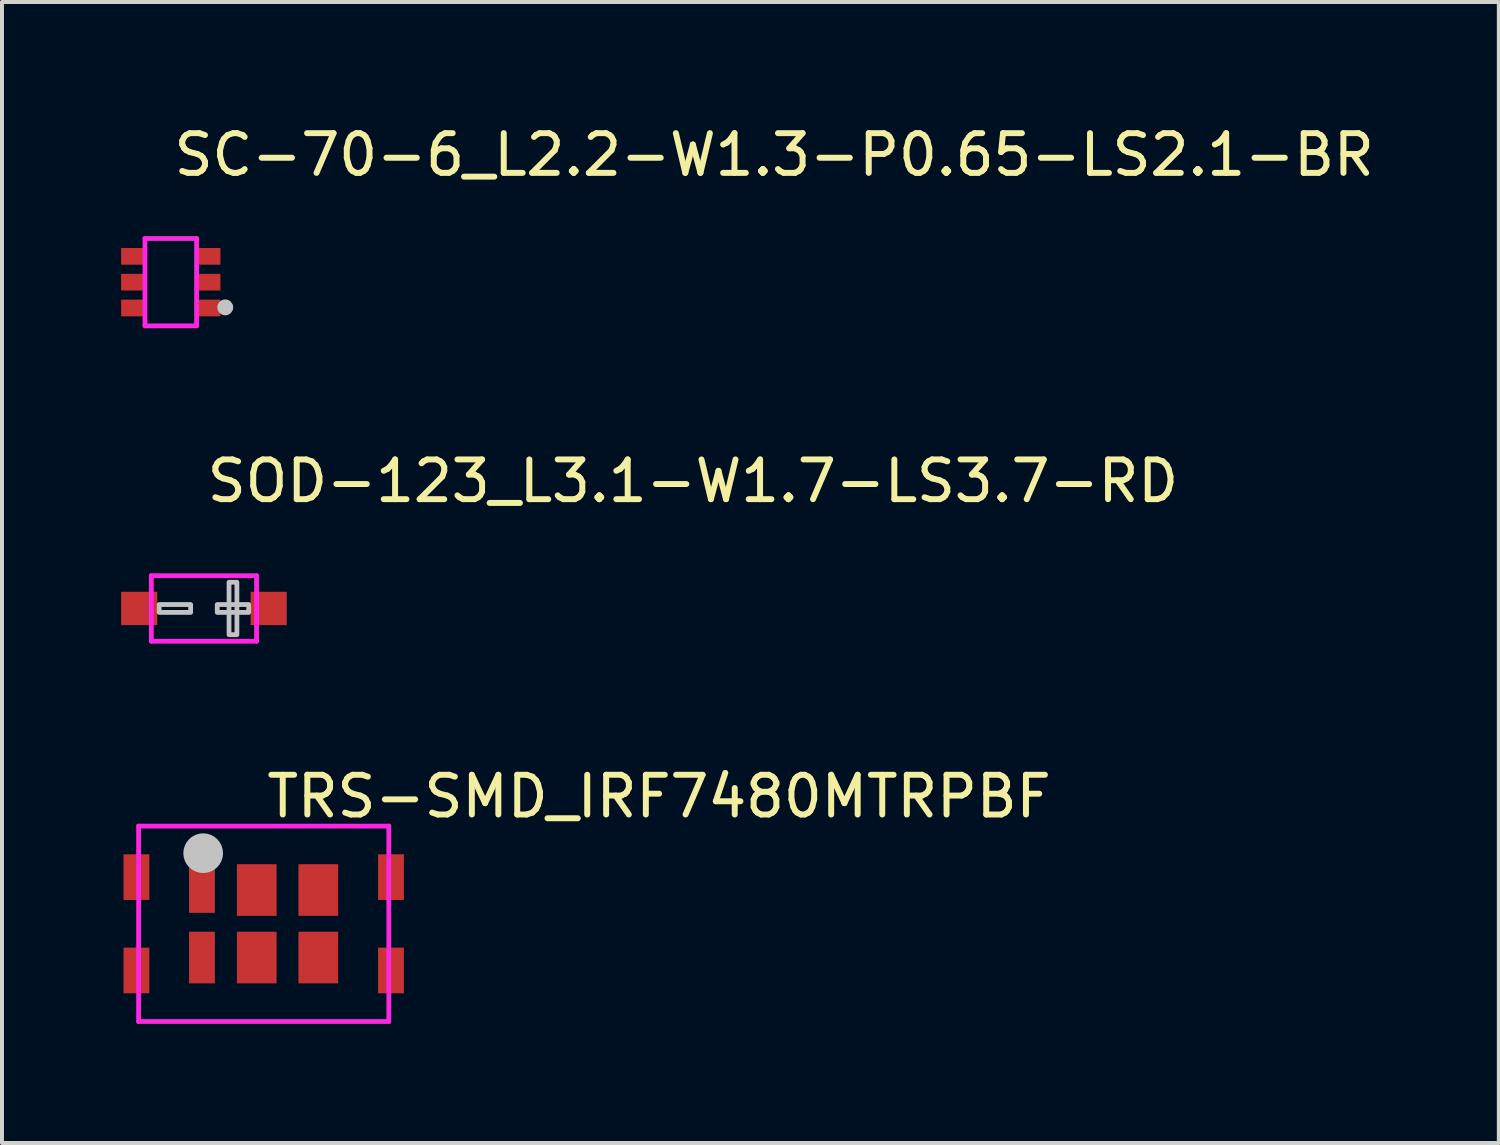
<source format=kicad_pcb>
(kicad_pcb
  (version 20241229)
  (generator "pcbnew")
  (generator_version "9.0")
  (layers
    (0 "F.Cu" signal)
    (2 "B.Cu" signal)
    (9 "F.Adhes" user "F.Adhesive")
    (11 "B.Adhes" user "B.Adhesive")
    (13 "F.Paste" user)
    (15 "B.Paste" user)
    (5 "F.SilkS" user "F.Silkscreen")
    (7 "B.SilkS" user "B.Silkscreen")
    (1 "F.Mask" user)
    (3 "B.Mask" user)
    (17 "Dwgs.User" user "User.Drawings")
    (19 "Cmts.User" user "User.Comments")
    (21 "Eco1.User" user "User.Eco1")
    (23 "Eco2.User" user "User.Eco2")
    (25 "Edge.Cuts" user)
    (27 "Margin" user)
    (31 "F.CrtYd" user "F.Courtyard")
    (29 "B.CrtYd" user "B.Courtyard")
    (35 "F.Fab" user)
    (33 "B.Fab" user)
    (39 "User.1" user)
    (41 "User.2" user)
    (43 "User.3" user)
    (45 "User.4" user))
  (footprint "SC-70-6_L2.2-W1.3-P0.65-LS2.1-BR"
    (layer "F.Cu")
    (at 1.25 4.055)
    (property "Reference" "SC-70-6_L2.2-W1.3-P0.65-LS2.1-BR" (at 0 -3.207 0) (layer "F.SilkS") (effects (font (size 1 1) (thickness 0.15)) (justify left)))
    (attr through_hole)
    (fp_circle (center 1.372 0.635) (end 1.472 0.635) (stroke (width 0.2) (type solid)) (fill no) (layer "Dwgs.User"))
    (fp_line (start -0.761 -0.775) (end -0.616 -0.775) (stroke (width 0.12) (type solid)) (layer "Eco2.User"))
    (fp_line (start -0.761 -0.525) (end -0.761 -0.775) (stroke (width 0.12) (type solid)) (layer "Eco2.User"))
    (fp_line (start -0.761 -0.125) (end -0.616 -0.125) (stroke (width 0.12) (type solid)) (layer "Eco2.User"))
    (fp_line (start -0.761 0.125) (end -0.761 -0.125) (stroke (width 0.12) (type solid)) (layer "Eco2.User"))
    (fp_line (start -0.761 0.525) (end -0.616 0.525) (stroke (width 0.12) (type solid)) (layer "Eco2.User"))
    (fp_line (start -0.761 0.775) (end -0.761 0.525) (stroke (width 0.12) (type solid)) (layer "Eco2.User"))
    (fp_line (start -0.616 -0.775) (end -0.616 -0.525) (stroke (width 0.12) (type solid)) (layer "Eco2.User"))
    (fp_line (start -0.616 -0.525) (end -0.761 -0.525) (stroke (width 0.12) (type solid)) (layer "Eco2.User"))
    (fp_line (start -0.616 -0.125) (end -0.616 0.125) (stroke (width 0.12) (type solid)) (layer "Eco2.User"))
    (fp_line (start -0.616 0.125) (end -0.761 0.125) (stroke (width 0.12) (type solid)) (layer "Eco2.User"))
    (fp_line (start -0.616 0.525) (end -0.616 0.775) (stroke (width 0.12) (type solid)) (layer "Eco2.User"))
    (fp_line (start -0.616 0.775) (end -0.761 0.775) (stroke (width 0.12) (type solid)) (layer "Eco2.User"))
    (fp_line (start 0.618 -0.775) (end 0.763 -0.775) (stroke (width 0.12) (type solid)) (layer "Eco2.User"))
    (fp_line (start 0.618 -0.525) (end 0.618 -0.775) (stroke (width 0.12) (type solid)) (layer "Eco2.User"))
    (fp_line (start 0.618 -0.125) (end 0.763 -0.125) (stroke (width 0.12) (type solid)) (layer "Eco2.User"))
    (fp_line (start 0.618 0.125) (end 0.618 -0.125) (stroke (width 0.12) (type solid)) (layer "Eco2.User"))
    (fp_line (start 0.618 0.525) (end 0.763 0.525) (stroke (width 0.12) (type solid)) (layer "Eco2.User"))
    (fp_line (start 0.618 0.775) (end 0.618 0.525) (stroke (width 0.12) (type solid)) (layer "Eco2.User"))
    (fp_line (start 0.763 -0.775) (end 0.763 -0.525) (stroke (width 0.12) (type solid)) (layer "Eco2.User"))
    (fp_line (start 0.763 -0.525) (end 0.618 -0.525) (stroke (width 0.12) (type solid)) (layer "Eco2.User"))
    (fp_line (start 0.763 -0.125) (end 0.763 0.125) (stroke (width 0.12) (type solid)) (layer "Eco2.User"))
    (fp_line (start 0.763 0.125) (end 0.618 0.125) (stroke (width 0.12) (type solid)) (layer "Eco2.User"))
    (fp_line (start 0.763 0.525) (end 0.763 0.775) (stroke (width 0.12) (type solid)) (layer "Eco2.User"))
    (fp_line (start 0.763 0.775) (end 0.618 0.775) (stroke (width 0.12) (type solid)) (layer "Eco2.User"))
    (fp_circle (center 0.4 0.9) (end 0.43 0.9) (stroke (width 0.06) (type solid)) (fill no) (layer "Eco2.User"))
    (fp_poly (pts (xy -0.751 -0.775) (xy -0.751 -0.525) (xy -1.051 -0.525) (xy -1.051 -0.775)) (stroke (width 0.12) (type solid)) (fill no) (layer "Eco2.User"))
    (fp_poly (pts (xy -0.751 -0.125) (xy -0.751 0.125) (xy -1.051 0.125) (xy -1.051 -0.125)) (stroke (width 0.12) (type solid)) (fill no) (layer "Eco2.User"))
    (fp_poly (pts (xy -0.751 0.525) (xy -0.751 0.775) (xy -1.051 0.775) (xy -1.051 0.525)) (stroke (width 0.12) (type solid)) (fill no) (layer "Eco2.User"))
    (fp_poly (pts (xy 0.753 -0.525) (xy 0.753 -0.775) (xy 1.053 -0.775) (xy 1.053 -0.525)) (stroke (width 0.12) (type solid)) (fill no) (layer "Eco2.User"))
    (fp_poly (pts (xy 0.753 0.125) (xy 0.753 -0.125) (xy 1.053 -0.125) (xy 1.053 0.125)) (stroke (width 0.12) (type solid)) (fill no) (layer "Eco2.User"))
    (fp_poly (pts (xy 0.753 0.775) (xy 0.753 0.525) (xy 1.053 0.525) (xy 1.053 0.775)) (stroke (width 0.12) (type solid)) (fill no) (layer "Eco2.User"))
    (fp_line (start -0.65 -1.1) (end 0.65 -1.1) (stroke (width 0.12) (type solid)) (layer "F.CrtYd"))
    (fp_line (start -0.65 1.1) (end -0.65 -1.1) (stroke (width 0.12) (type solid)) (layer "F.CrtYd"))
    (fp_line (start 0.65 -1.1) (end 0.65 1.1) (stroke (width 0.12) (type solid)) (layer "F.CrtYd"))
    (fp_line (start 0.65 1.1) (end -0.65 1.1) (stroke (width 0.12) (type solid)) (layer "F.CrtYd"))
    (pad "1" smd rect (at 0.95 0.65 90) (size 0.42 0.6) (layers "F.Cu" "F.Mask" "F.Paste"))
    (pad "2" smd rect (at 0.95 0 90) (size 0.42 0.6) (layers "F.Cu" "F.Mask" "F.Paste"))
    (pad "3" smd rect (at 0.95 -0.65 90) (size 0.42 0.6) (layers "F.Cu" "F.Mask" "F.Paste"))
    (pad "4" smd rect (at -0.95 -0.65 270) (size 0.42 0.6) (layers "F.Cu" "F.Mask" "F.Paste"))
    (pad "5" smd rect (at -0.95 0 270) (size 0.42 0.6) (layers "F.Cu" "F.Mask" "F.Paste"))
    (pad "6" smd rect (at -0.95 0.65 270) (size 0.42 0.6) (layers "F.Cu" "F.Mask" "F.Paste")))
  (footprint "TRS-SMD_IRF7480MTRPBF"
    (layer "F.Cu")
    (at 3.59 20.211)
    (property "Reference" "TRS-SMD_IRF7480MTRPBF" (at 0 -3.207 0) (layer "F.SilkS") (effects (font (size 1 1) (thickness 0.15)) (justify left)))
    (attr through_hole)
    (fp_circle (center -1.524 -1.778) (end -1.274 -1.778) (stroke (width 0.5) (type solid)) (fill no) (layer "Dwgs.User"))
    (fp_circle (center -2.54 -1.905) (end -2.51 -1.905) (stroke (width 0.06) (type solid)) (fill no) (layer "Eco2.User"))
    (fp_poly (pts (xy -3.53 -1.75) (xy -2.88 -1.75) (xy -2.88 -0.6) (xy -3.53 -0.6)) (stroke (width 0.12) (type solid)) (fill no) (layer "Eco2.User"))
    (fp_poly (pts (xy -3.53 0.6) (xy -2.88 0.6) (xy -2.88 1.75) (xy -3.53 1.75)) (stroke (width 0.12) (type solid)) (fill no) (layer "Eco2.User"))
    (fp_poly (pts (xy -1.855 -1.425) (xy -1.255 -1.425) (xy -1.255 -0.275) (xy -1.855 -0.275)) (stroke (width 0.12) (type solid)) (fill no) (layer "Eco2.User"))
    (fp_poly (pts (xy -1.855 0.2) (xy -1.255 0.2) (xy -1.255 1.5) (xy -1.855 1.5)) (stroke (width 0.12) (type solid)) (fill no) (layer "Eco2.User"))
    (fp_poly (pts (xy -0.65 -1.5) (xy 0.3 -1.5) (xy 0.3 -0.2) (xy -0.65 -0.2)) (stroke (width 0.12) (type solid)) (fill no) (layer "Eco2.User"))
    (fp_poly (pts (xy -0.65 0.2) (xy 0.3 0.2) (xy 0.3 1.5) (xy -0.65 1.5)) (stroke (width 0.12) (type solid)) (fill no) (layer "Eco2.User"))
    (fp_poly (pts (xy 0.9 -1.5) (xy 1.85 -1.5) (xy 1.85 -0.2) (xy 0.9 -0.2)) (stroke (width 0.12) (type solid)) (fill no) (layer "Eco2.User"))
    (fp_poly (pts (xy 0.9 0.2) (xy 1.85 0.2) (xy 1.85 1.5) (xy 0.9 1.5)) (stroke (width 0.12) (type solid)) (fill no) (layer "Eco2.User"))
    (fp_poly (pts (xy 2.88 -1.75) (xy 3.53 -1.75) (xy 3.53 -0.6) (xy 2.88 -0.6)) (stroke (width 0.12) (type solid)) (fill no) (layer "Eco2.User"))
    (fp_poly (pts (xy 2.88 0.6) (xy 3.53 0.6) (xy 3.53 1.75) (xy 2.88 1.75)) (stroke (width 0.12) (type solid)) (fill no) (layer "Eco2.User"))
    (fp_line (start -3.15 -2.46) (end 3.15 -2.46) (stroke (width 0.12) (type solid)) (layer "F.CrtYd"))
    (fp_line (start -3.15 2.46) (end -3.15 -2.46) (stroke (width 0.12) (type solid)) (layer "F.CrtYd"))
    (fp_line (start 3.15 -2.46) (end 3.15 2.46) (stroke (width 0.12) (type solid)) (layer "F.CrtYd"))
    (fp_line (start 3.15 2.46) (end -3.15 2.46) (stroke (width 0.12) (type solid)) (layer "F.CrtYd"))
    (pad "1" smd rect (at -1.555 -0.85) (size 0.65 1.15) (layers "F.Cu" "F.Mask" "F.Paste"))
    (pad "2" smd rect (at -0.175 -0.85) (size 1 1.3) (layers "F.Cu" "F.Mask" "F.Paste"))
    (pad "3" smd rect (at 1.375 -0.85) (size 1 1.3) (layers "F.Cu" "F.Mask" "F.Paste"))
    (pad "4" smd rect (at 1.375 0.85) (size 1 1.3) (layers "F.Cu" "F.Mask" "F.Paste"))
    (pad "5" smd rect (at -0.175 0.85) (size 1 1.3) (layers "F.Cu" "F.Mask" "F.Paste"))
    (pad "6" smd rect (at -1.555 0.85) (size 0.65 1.3) (layers "F.Cu" "F.Mask" "F.Paste"))
    (pad "7" smd rect (at -3.205 -1.175) (size 0.65 1.15) (layers "F.Cu" "F.Mask" "F.Paste"))
    (pad "8" smd rect (at -3.205 1.175) (size 0.65 1.15) (layers "F.Cu" "F.Mask" "F.Paste"))
    (pad "9" smd rect (at 3.205 1.175) (size 0.65 1.15) (layers "F.Cu" "F.Mask" "F.Paste"))
    (pad "10" smd rect (at 3.205 -1.175) (size 0.65 1.15) (layers "F.Cu" "F.Mask" "F.Paste")))
  (footprint "SOD-123_L3.1-W1.7-LS3.7-RD"
    (layer "F.Cu")
    (at 2.085 12.271)
    (property "Reference" "SOD-123_L3.1-W1.7-LS3.7-RD" (at 0 -3.207 0) (layer "F.SilkS") (effects (font (size 1 1) (thickness 0.15)) (justify left)))
    (attr through_hole)
    (fp_poly (pts (xy -1.127 -0.099) (xy -1.127 0.099) (xy -0.335 0.099) (xy -0.335 -0.099)) (stroke (width 0.12) (type solid)) (fill no) (layer "Dwgs.User"))
    (fp_poly (pts (xy 0.83 -0.66) (xy 0.83 0.66) (xy 0.632 0.66) (xy 0.632 -0.66)) (stroke (width 0.12) (type solid)) (fill no) (layer "Dwgs.User"))
    (fp_poly (pts (xy 1.127 -0.099) (xy 1.127 0.099) (xy 0.335 0.099) (xy 0.335 -0.099)) (stroke (width 0.12) (type solid)) (fill no) (layer "Dwgs.User"))
    (fp_line (start -1.535 -0.3) (end -1.535 0.3) (stroke (width 0.12) (type solid)) (layer "Eco2.User"))
    (fp_line (start -1.535 0.3) (end -1.315 0.3) (stroke (width 0.12) (type solid)) (layer "Eco2.User"))
    (fp_line (start -1.315 -0.3) (end -1.535 -0.3) (stroke (width 0.12) (type solid)) (layer "Eco2.User"))
    (fp_line (start -1.315 0.3) (end -1.315 -0.3) (stroke (width 0.12) (type solid)) (layer "Eco2.User"))
    (fp_line (start 1.315 -0.3) (end 1.535 -0.3) (stroke (width 0.12) (type solid)) (layer "Eco2.User"))
    (fp_line (start 1.315 0.3) (end 1.315 -0.3) (stroke (width 0.12) (type solid)) (layer "Eco2.User"))
    (fp_line (start 1.535 -0.3) (end 1.535 0.3) (stroke (width 0.12) (type solid)) (layer "Eco2.User"))
    (fp_line (start 1.535 0.3) (end 1.315 0.3) (stroke (width 0.12) (type solid)) (layer "Eco2.User"))
    (fp_circle (center -0.9 0.5) (end -0.87 0.5) (stroke (width 0.06) (type solid)) (fill no) (layer "Eco2.User"))
    (fp_poly (pts (xy -1.875 0.3) (xy -1.875 -0.3) (xy -1.525 -0.3) (xy -1.525 0.3)) (stroke (width 0.12) (type solid)) (fill no) (layer "Eco2.User"))
    (fp_poly (pts (xy 1.875 0.3) (xy 1.875 -0.3) (xy 1.525 -0.3) (xy 1.525 0.3)) (stroke (width 0.12) (type solid)) (fill no) (layer "Eco2.User"))
    (fp_line (start -1.325 -0.825) (end 1.325 -0.825) (stroke (width 0.12) (type solid)) (layer "F.CrtYd"))
    (fp_line (start -1.325 0.825) (end -1.325 -0.825) (stroke (width 0.12) (type solid)) (layer "F.CrtYd"))
    (fp_line (start 1.325 -0.825) (end 1.325 0.825) (stroke (width 0.12) (type solid)) (layer "F.CrtYd"))
    (fp_line (start 1.325 0.825) (end -1.325 0.825) (stroke (width 0.12) (type solid)) (layer "F.CrtYd"))
    (pad "1" smd rect (at -1.63 0 180) (size 0.91 0.84) (layers "F.Cu" "F.Mask" "F.Paste"))
    (pad "2" smd rect (at 1.63 0 180) (size 0.91 0.84) (layers "F.Cu" "F.Mask" "F.Paste")))
  (gr_rect
    (start -3 -3)
    (end 34.69 25.731)
    (stroke (width 0.1) (type default))
    (fill no)
    (layer "Edge.Cuts")))
</source>
